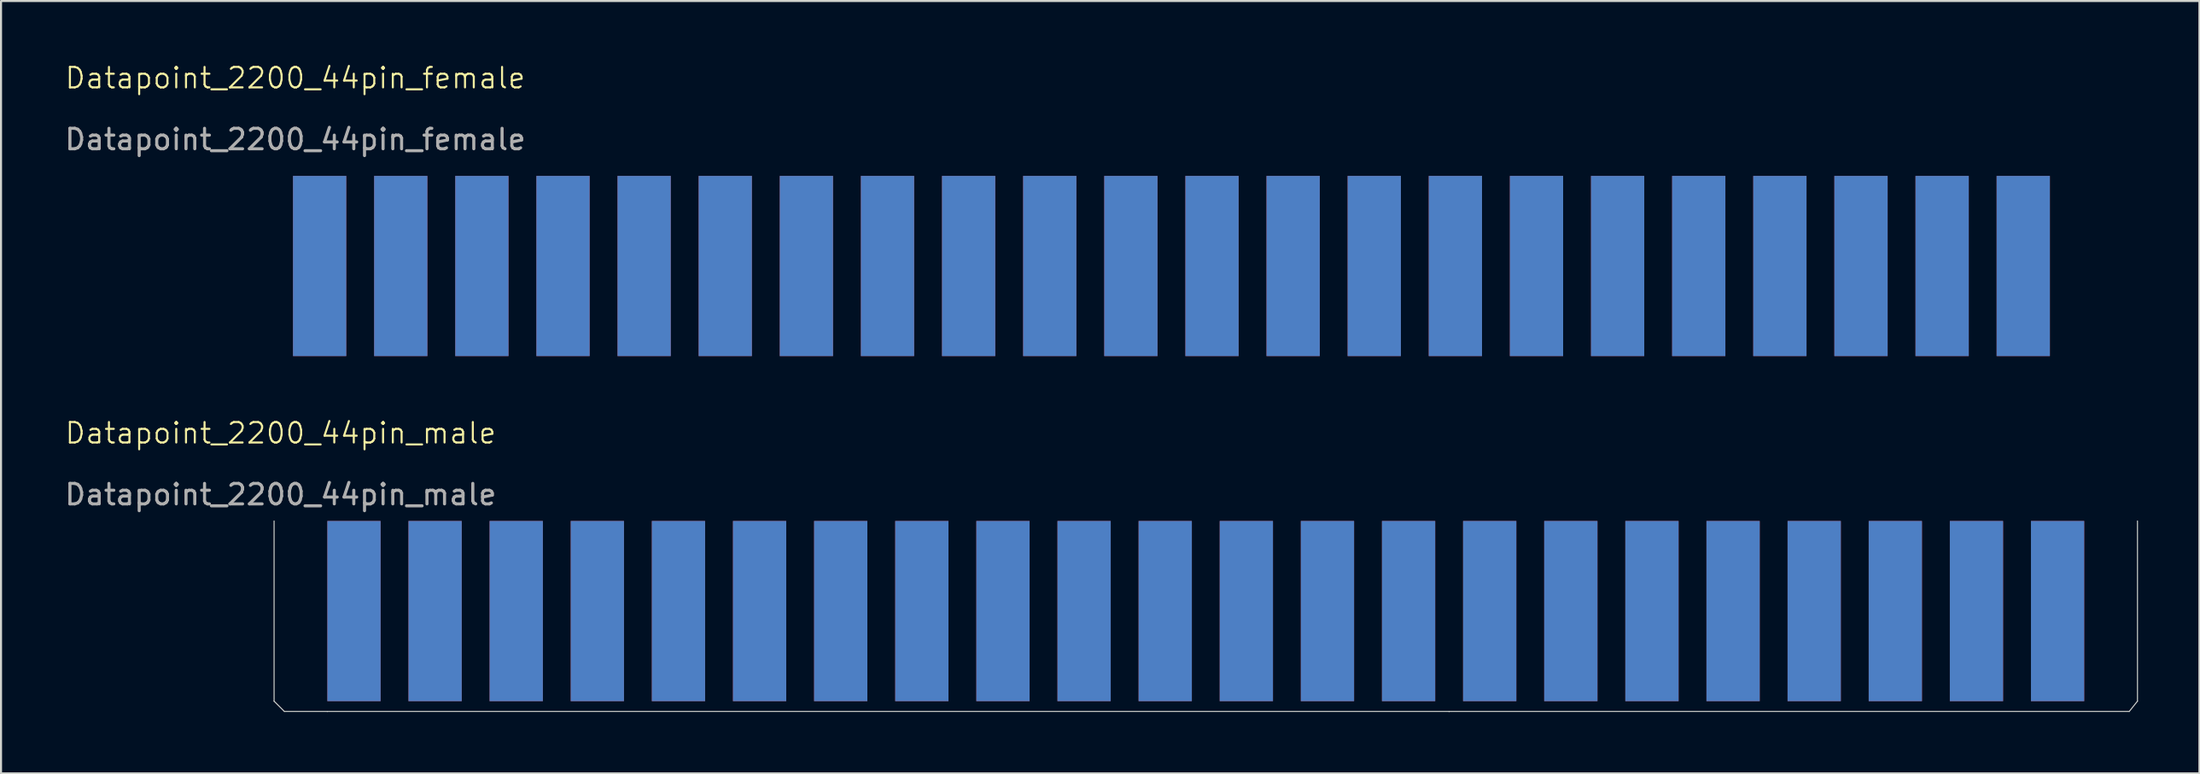
<source format=kicad_pcb>
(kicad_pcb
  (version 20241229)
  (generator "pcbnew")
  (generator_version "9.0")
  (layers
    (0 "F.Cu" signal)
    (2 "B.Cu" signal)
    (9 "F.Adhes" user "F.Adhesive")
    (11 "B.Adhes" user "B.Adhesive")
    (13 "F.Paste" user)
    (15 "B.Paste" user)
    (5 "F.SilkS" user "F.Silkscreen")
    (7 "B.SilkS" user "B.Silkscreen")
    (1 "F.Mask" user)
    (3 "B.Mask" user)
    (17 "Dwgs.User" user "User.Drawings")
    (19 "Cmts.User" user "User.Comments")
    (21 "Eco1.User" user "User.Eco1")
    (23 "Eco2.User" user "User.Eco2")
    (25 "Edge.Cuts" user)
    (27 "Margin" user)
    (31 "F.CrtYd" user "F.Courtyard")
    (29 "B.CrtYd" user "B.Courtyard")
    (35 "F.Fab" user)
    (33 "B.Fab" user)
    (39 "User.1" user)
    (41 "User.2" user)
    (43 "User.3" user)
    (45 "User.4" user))
  (footprint "Datapoint_2200_44pin_male"
    (layer "F.Cu")
    (at 10.649 18.601)
    (property "Reference" "Datapoint_2200_44pin_male" (at 0 -0.5 0) (unlocked yes) (layer "F.SilkS") (effects (font (size 1 1) (thickness 0.1))))
    (attr through_hole)
    (fp_line (start -0.32 12.59) (end -0.32 3.79) (stroke (width 0.05) (type default)) (layer "Edge.Cuts"))
    (fp_line (start 0.18 13.09) (end -0.32 12.59) (stroke (width 0.05) (type default)) (layer "Edge.Cuts"))
    (fp_line (start 2.28 13.09) (end 0.18 13.09) (stroke (width 0.05) (type default)) (layer "Edge.Cuts"))
    (fp_line (start 57.03 13.09) (end 2.28 13.09) (stroke (width 0.05) (type default)) (layer "Edge.Cuts"))
    (fp_line (start 57.05 13.09) (end 57.03 13.09) (stroke (width 0.05) (type default)) (layer "Edge.Cuts"))
    (fp_line (start 57.05 13.09) (end 90.24 13.09) (stroke (width 0.05) (type default)) (layer "Edge.Cuts"))
    (fp_line (start 90.64 12.59) (end 90.24 13.09) (stroke (width 0.05) (type default)) (layer "Edge.Cuts"))
    (fp_line (start 90.64 12.59) (end 90.64 3.79) (stroke (width 0.05) (type default)) (layer "Edge.Cuts"))
    (fp_text user "${REFERENCE}" (at 0 2.5 0) (unlocked yes) (layer "F.Fab") (effects (font (size 1 1) (thickness 0.15))))
    (pad "1" smd rect (at 3.58 8.19) (size 2.6 8.8) (layers "F.Cu" "F.Mask"))
    (pad "2" smd rect (at 7.54 8.19) (size 2.6 8.8) (layers "F.Cu" "F.Mask"))
    (pad "3" smd rect (at 11.5 8.19) (size 2.6 8.8) (layers "F.Cu" "F.Mask"))
    (pad "4" smd rect (at 15.46 8.19) (size 2.6 8.8) (layers "F.Cu" "F.Mask"))
    (pad "5" smd rect (at 19.42 8.19) (size 2.6 8.8) (layers "F.Cu" "F.Mask"))
    (pad "6" smd rect (at 23.38 8.19) (size 2.6 8.8) (layers "F.Cu" "F.Mask"))
    (pad "7" smd rect (at 27.34 8.19) (size 2.6 8.8) (layers "F.Cu" "F.Mask"))
    (pad "8" smd rect (at 31.3 8.19) (size 2.6 8.8) (layers "F.Cu" "F.Mask"))
    (pad "9" smd rect (at 35.26 8.19) (size 2.6 8.8) (layers "F.Cu" "F.Mask"))
    (pad "10" smd rect (at 39.22 8.19) (size 2.6 8.8) (layers "F.Cu" "F.Mask"))
    (pad "11" smd rect (at 43.18 8.19) (size 2.6 8.8) (layers "F.Cu" "F.Mask"))
    (pad "12" smd rect (at 47.14 8.19) (size 2.6 8.8) (layers "F.Cu" "F.Mask"))
    (pad "13" smd rect (at 51.1 8.19) (size 2.6 8.8) (layers "F.Cu" "F.Mask"))
    (pad "14" smd rect (at 55.06 8.19) (size 2.6 8.8) (layers "F.Cu" "F.Mask"))
    (pad "15" smd rect (at 59.02 8.19) (size 2.6 8.8) (layers "F.Cu" "F.Mask"))
    (pad "16" smd rect (at 62.98 8.19) (size 2.6 8.8) (layers "F.Cu" "F.Mask"))
    (pad "17" smd rect (at 66.94 8.19) (size 2.6 8.8) (layers "F.Cu" "F.Mask"))
    (pad "18" smd rect (at 70.9 8.19) (size 2.6 8.8) (layers "F.Cu" "F.Mask"))
    (pad "19" smd rect (at 74.86 8.19) (size 2.6 8.8) (layers "F.Cu" "F.Mask"))
    (pad "20" smd rect (at 78.82 8.19) (size 2.6 8.8) (layers "F.Cu" "F.Mask"))
    (pad "21" smd rect (at 82.78 8.19) (size 2.6 8.8) (layers "F.Cu" "F.Mask"))
    (pad "22" smd rect (at 86.74 8.19) (size 2.6 8.8) (layers "F.Cu" "F.Mask"))
    (pad "A" smd rect (at 3.58 8.19) (size 2.6 8.8) (layers "B.Cu" "B.Mask"))
    (pad "B" smd rect (at 7.54 8.19) (size 2.6 8.8) (layers "B.Cu" "B.Mask"))
    (pad "C" smd rect (at 11.5 8.19) (size 2.6 8.8) (layers "B.Cu" "B.Mask"))
    (pad "D" smd rect (at 15.46 8.19) (size 2.6 8.8) (layers "B.Cu" "B.Mask"))
    (pad "E" smd rect (at 19.42 8.19) (size 2.6 8.8) (layers "B.Cu" "B.Mask"))
    (pad "F" smd rect (at 23.38 8.19) (size 2.6 8.8) (layers "B.Cu" "B.Mask"))
    (pad "H" smd rect (at 27.34 8.19) (size 2.6 8.8) (layers "B.Cu" "B.Mask"))
    (pad "J" smd rect (at 31.3 8.19) (size 2.6 8.8) (layers "B.Cu" "B.Mask"))
    (pad "K" smd rect (at 35.26 8.19) (size 2.6 8.8) (layers "B.Cu" "B.Mask"))
    (pad "L" smd rect (at 39.22 8.19) (size 2.6 8.8) (layers "B.Cu" "B.Mask"))
    (pad "M" smd rect (at 43.18 8.19) (size 2.6 8.8) (layers "B.Cu" "B.Mask"))
    (pad "N" smd rect (at 47.14 8.19) (size 2.6 8.8) (layers "B.Cu" "B.Mask"))
    (pad "P" smd rect (at 51.1 8.19) (size 2.6 8.8) (layers "B.Cu" "B.Mask"))
    (pad "R" smd rect (at 55.06 8.19) (size 2.6 8.8) (layers "B.Cu" "B.Mask"))
    (pad "S" smd rect (at 59.02 8.19) (size 2.6 8.8) (layers "B.Cu" "B.Mask"))
    (pad "T" smd rect (at 62.98 8.19) (size 2.6 8.8) (layers "B.Cu" "B.Mask"))
    (pad "U" smd rect (at 66.94 8.19) (size 2.6 8.8) (layers "B.Cu" "B.Mask"))
    (pad "V" smd rect (at 70.9 8.19) (size 2.6 8.8) (layers "B.Cu" "B.Mask"))
    (pad "W" smd rect (at 74.86 8.19) (size 2.6 8.8) (layers "B.Cu" "B.Mask"))
    (pad "X" smd rect (at 78.82 8.19) (size 2.6 8.8) (layers "B.Cu" "B.Mask"))
    (pad "Y" smd rect (at 82.78 8.19) (size 2.6 8.8) (layers "B.Cu" "B.Mask"))
    (pad "Z" smd rect (at 86.74 8.19) (size 2.6 8.8) (layers "B.Cu" "B.Mask")))
  (footprint "Datapoint_2200_44pin_female"
    (layer "F.Cu")
    (at 11.363 1.26)
    (property "Reference" "Datapoint_2200_44pin_female" (at 0 -0.5 0) (unlocked yes) (layer "F.SilkS") (effects (font (size 1 1) (thickness 0.1))))
    (attr through_hole)
    (fp_text user "${REFERENCE}" (at 0 2.5 0) (unlocked yes) (layer "F.Fab") (effects (font (size 1 1) (thickness 0.15))))
    (pad "1" smd rect (at 1.19 8.68) (size 2.6 8.8) (layers "F.Cu" "F.Mask"))
    (pad "2" smd rect (at 5.15 8.68) (size 2.6 8.8) (layers "F.Cu" "F.Mask"))
    (pad "3" smd rect (at 9.11 8.68) (size 2.6 8.8) (layers "F.Cu" "F.Mask"))
    (pad "4" smd rect (at 13.07 8.68) (size 2.6 8.8) (layers "F.Cu" "F.Mask"))
    (pad "5" smd rect (at 17.03 8.68) (size 2.6 8.8) (layers "F.Cu" "F.Mask"))
    (pad "6" smd rect (at 20.99 8.68) (size 2.6 8.8) (layers "F.Cu" "F.Mask"))
    (pad "7" smd rect (at 24.95 8.68) (size 2.6 8.8) (layers "F.Cu" "F.Mask"))
    (pad "8" smd rect (at 28.91 8.68) (size 2.6 8.8) (layers "F.Cu" "F.Mask"))
    (pad "9" smd rect (at 32.87 8.68) (size 2.6 8.8) (layers "F.Cu" "F.Mask"))
    (pad "10" smd rect (at 36.83 8.68) (size 2.6 8.8) (layers "F.Cu" "F.Mask"))
    (pad "11" smd rect (at 40.79 8.68) (size 2.6 8.8) (layers "F.Cu" "F.Mask"))
    (pad "12" smd rect (at 44.75 8.68) (size 2.6 8.8) (layers "F.Cu" "F.Mask"))
    (pad "13" smd rect (at 48.71 8.68) (size 2.6 8.8) (layers "F.Cu" "F.Mask"))
    (pad "14" smd rect (at 52.67 8.68) (size 2.6 8.8) (layers "F.Cu" "F.Mask"))
    (pad "15" smd rect (at 56.63 8.68) (size 2.6 8.8) (layers "F.Cu" "F.Mask"))
    (pad "16" smd rect (at 60.59 8.68) (size 2.6 8.8) (layers "F.Cu" "F.Mask"))
    (pad "17" smd rect (at 64.55 8.68) (size 2.6 8.8) (layers "F.Cu" "F.Mask"))
    (pad "18" smd rect (at 68.51 8.68) (size 2.6 8.8) (layers "F.Cu" "F.Mask"))
    (pad "19" smd rect (at 72.47 8.68) (size 2.6 8.8) (layers "F.Cu" "F.Mask"))
    (pad "20" smd rect (at 76.43 8.68) (size 2.6 8.8) (layers "F.Cu" "F.Mask"))
    (pad "21" smd rect (at 80.39 8.68) (size 2.6 8.8) (layers "F.Cu" "F.Mask"))
    (pad "22" smd rect (at 84.35 8.68) (size 2.6 8.8) (layers "F.Cu" "F.Mask"))
    (pad "A" smd rect (at 1.19 8.68) (size 2.6 8.8) (layers "B.Cu" "B.Mask"))
    (pad "B" smd rect (at 5.15 8.68) (size 2.6 8.8) (layers "B.Cu" "B.Mask"))
    (pad "C" smd rect (at 9.11 8.68) (size 2.6 8.8) (layers "B.Cu" "B.Mask"))
    (pad "D" smd rect (at 13.07 8.68) (size 2.6 8.8) (layers "B.Cu" "B.Mask"))
    (pad "E" smd rect (at 17.03 8.68) (size 2.6 8.8) (layers "B.Cu" "B.Mask"))
    (pad "F" smd rect (at 20.99 8.68) (size 2.6 8.8) (layers "B.Cu" "B.Mask"))
    (pad "H" smd rect (at 24.95 8.68) (size 2.6 8.8) (layers "B.Cu" "B.Mask"))
    (pad "J" smd rect (at 28.91 8.68) (size 2.6 8.8) (layers "B.Cu" "B.Mask"))
    (pad "K" smd rect (at 32.87 8.68) (size 2.6 8.8) (layers "B.Cu" "B.Mask"))
    (pad "L" smd rect (at 36.83 8.68) (size 2.6 8.8) (layers "B.Cu" "B.Mask"))
    (pad "M" smd rect (at 40.79 8.68) (size 2.6 8.8) (layers "B.Cu" "B.Mask"))
    (pad "N" smd rect (at 44.75 8.68) (size 2.6 8.8) (layers "B.Cu" "B.Mask"))
    (pad "P" smd rect (at 48.71 8.68) (size 2.6 8.8) (layers "B.Cu" "B.Mask"))
    (pad "R" smd rect (at 52.67 8.68) (size 2.6 8.8) (layers "B.Cu" "B.Mask"))
    (pad "S" smd rect (at 56.63 8.68) (size 2.6 8.8) (layers "B.Cu" "B.Mask"))
    (pad "T" smd rect (at 60.59 8.68) (size 2.6 8.8) (layers "B.Cu" "B.Mask"))
    (pad "U" smd rect (at 64.55 8.68) (size 2.6 8.8) (layers "B.Cu" "B.Mask"))
    (pad "V" smd rect (at 68.51 8.68) (size 2.6 8.8) (layers "B.Cu" "B.Mask"))
    (pad "W" smd rect (at 72.47 8.68) (size 2.6 8.8) (layers "B.Cu" "B.Mask"))
    (pad "X" smd rect (at 76.43 8.68) (size 2.6 8.8) (layers "B.Cu" "B.Mask"))
    (pad "Y" smd rect (at 80.39 8.68) (size 2.6 8.8) (layers "B.Cu" "B.Mask"))
    (pad "Z" smd rect (at 84.35 8.68) (size 2.6 8.8) (layers "B.Cu" "B.Mask")))
  (gr_rect
    (start -3 -3)
    (end 104.314 34.716)
    (stroke (width 0.1) (type default))
    (fill no)
    (layer "Edge.Cuts")))
</source>
